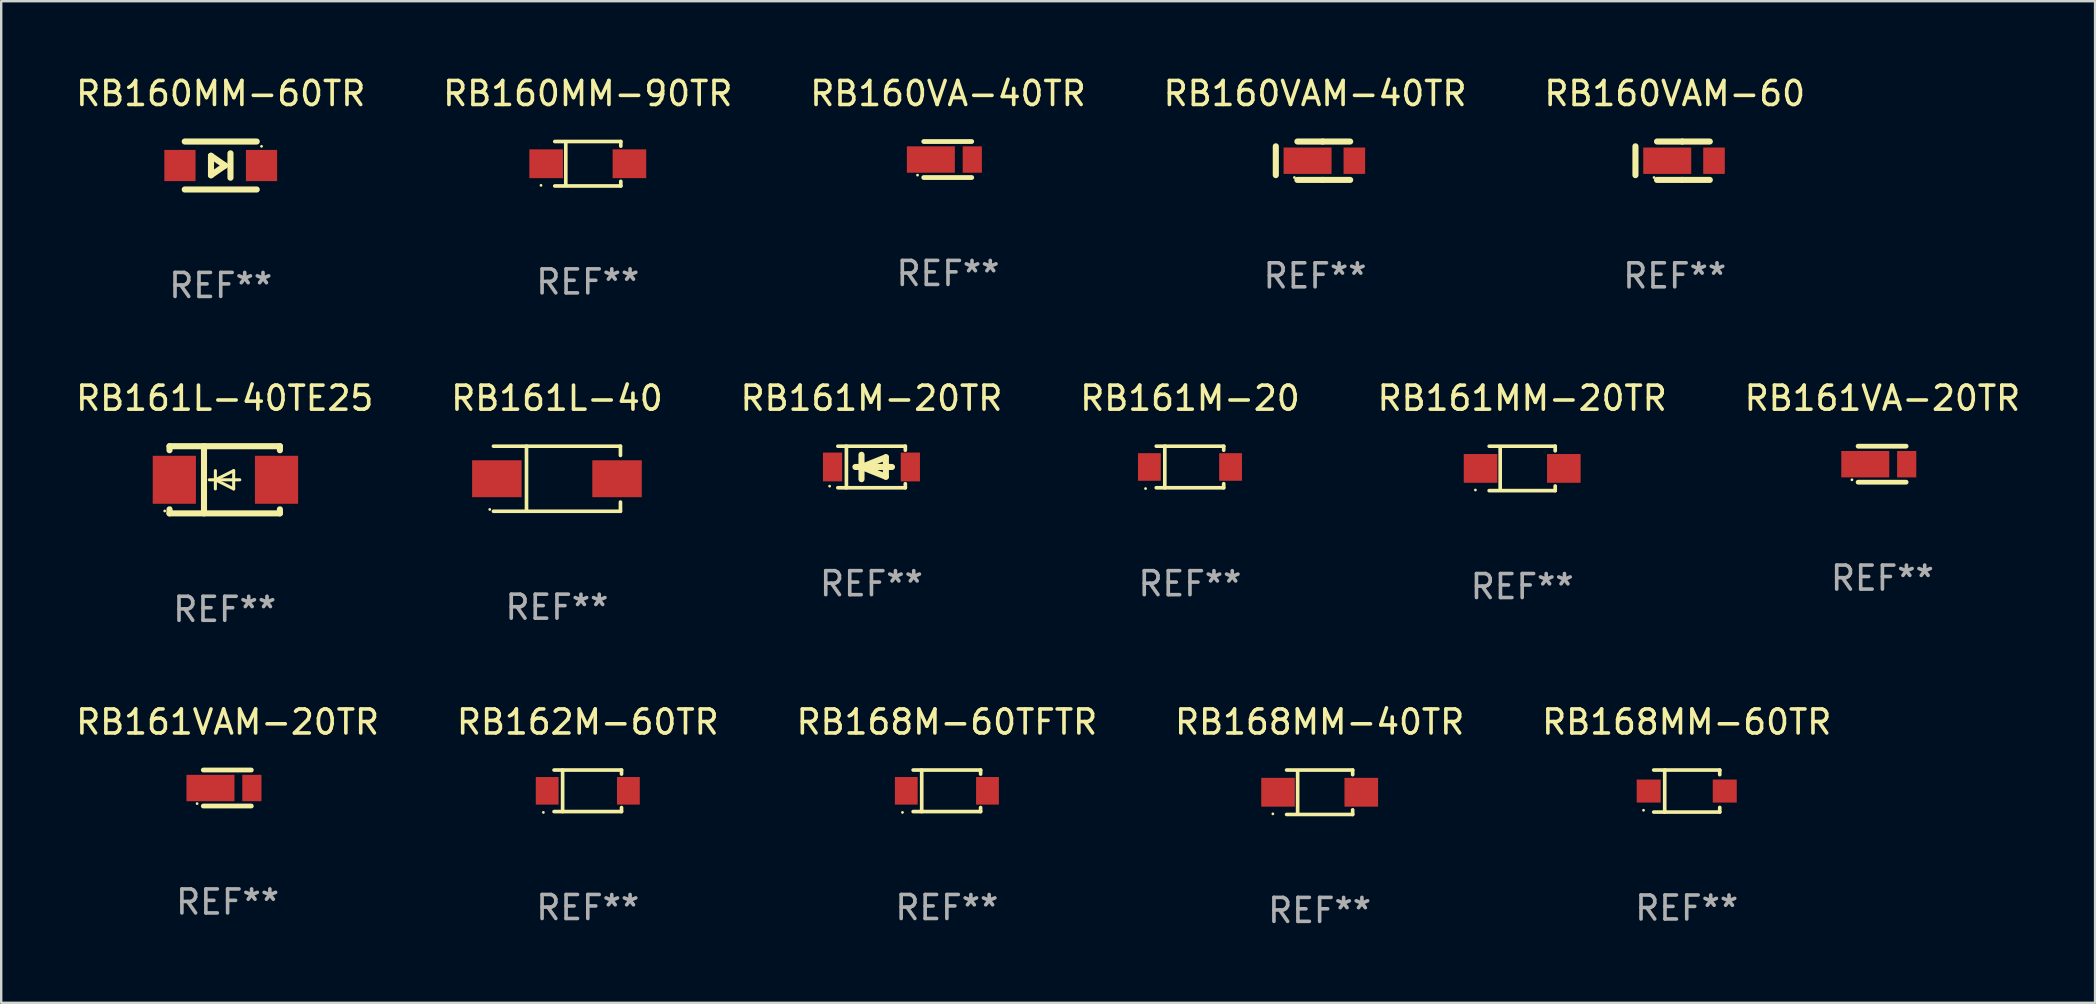
<source format=kicad_pcb>
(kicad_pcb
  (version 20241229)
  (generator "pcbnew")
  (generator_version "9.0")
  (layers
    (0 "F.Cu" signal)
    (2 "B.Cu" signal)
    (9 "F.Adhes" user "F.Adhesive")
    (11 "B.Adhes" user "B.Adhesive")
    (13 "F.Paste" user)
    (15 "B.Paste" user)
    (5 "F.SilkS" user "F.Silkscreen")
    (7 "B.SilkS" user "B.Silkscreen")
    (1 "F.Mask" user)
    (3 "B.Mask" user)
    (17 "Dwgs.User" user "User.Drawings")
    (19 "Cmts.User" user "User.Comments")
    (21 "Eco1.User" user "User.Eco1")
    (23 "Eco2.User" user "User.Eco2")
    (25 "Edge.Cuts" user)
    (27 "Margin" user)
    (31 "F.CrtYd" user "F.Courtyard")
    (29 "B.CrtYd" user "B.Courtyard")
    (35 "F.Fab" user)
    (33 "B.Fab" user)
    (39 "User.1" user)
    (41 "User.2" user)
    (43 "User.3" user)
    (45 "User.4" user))
  (footprint "RB160VAM-40TR"
    (layer "F.Cu")
    (at 51.756 3.648)
    (property "Reference" "RB160VAM-40TR" (at 0 -2.8 0) (layer "F.SilkS") (effects (font (size 1 1) (thickness 0.15))))
    (attr through_hole)
    (fp_line (start -1.637 -0.6) (end -1.637 0.6) (stroke (width 0.254) (type solid)) (layer "F.SilkS"))
    (fp_line (start -0.738 -0.8) (end 0.314 -0.8) (stroke (width 0.254) (type solid)) (layer "F.SilkS"))
    (fp_line (start -0.738 0.8) (end 0.314 0.8) (stroke (width 0.254) (type solid)) (layer "F.SilkS"))
    (fp_line (start 0.314 0.8) (end 1.462 0.8) (stroke (width 0.254) (type solid)) (layer "F.SilkS"))
    (fp_line (start 0.314 -0.8) (end 1.462 -0.8) (stroke (width 0.254) (type solid)) (layer "F.SilkS"))
    (fp_circle (center -0.862 0.7) (end -0.832 0.7) (stroke (width 0.06) (type solid)) (fill no) (layer "F.SilkS"))
    (fp_text user "REF**" (at 0 4.8 0) (layer "F.Fab") (effects (font (size 1 1) (thickness 0.15))))
    (pad "1" smd rect (at -0.313 -0.000064) (size 2 1.1) (layers "F.Cu" "F.Mask" "F.Paste"))
    (pad "2" smd rect (at 1.637 -0.000064) (size 0.9 1.1) (layers "F.Cu" "F.Mask" "F.Paste")))
  (footprint "RB168M-60TFTR"
    (layer "F.Cu")
    (at 36.411 29.907)
    (property "Reference" "RB168M-60TFTR" (at 0 -2.866 0) (layer "F.SilkS") (effects (font (size 1 1) (thickness 0.15))))
    (attr through_hole)
    (fp_line (start -1.406 -0.866) (end 1.406 -0.866) (stroke (width 0.152) (type solid)) (layer "F.SilkS"))
    (fp_line (start -1.406 0.866) (end 1.406 0.866) (stroke (width 0.152) (type solid)) (layer "F.SilkS"))
    (fp_line (start -1.049 -0.866) (end -1.049 0.866) (stroke (width 0.152) (type solid)) (layer "F.SilkS"))
    (fp_line (start 1.406 -0.866) (end 1.406 -0.698) (stroke (width 0.152) (type solid)) (layer "F.SilkS"))
    (fp_line (start 1.406 0.866) (end 1.406 0.698) (stroke (width 0.152) (type solid)) (layer "F.SilkS"))
    (fp_circle (center -1.851 0.9) (end -1.821 0.9) (stroke (width 0.06) (type solid)) (fill no) (layer "F.SilkS"))
    (fp_text user "REF**" (at 0 4.866 0) (layer "F.Fab") (effects (font (size 1 1) (thickness 0.15))))
    (pad "1" smd rect (at -1.692 0) (size 0.95 1.15) (layers "F.Cu" "F.Mask" "F.Paste"))
    (pad "2" smd rect (at 1.692 0) (size 0.95 1.15) (layers "F.Cu" "F.Mask" "F.Paste")))
  (footprint "RB160VA-40TR"
    (layer "F.Cu")
    (at 36.458 3.598)
    (property "Reference" "RB160VA-40TR" (at 0 -2.75 0) (layer "F.SilkS") (effects (font (size 1 1) (thickness 0.15))))
    (attr through_hole)
    (fp_line (start 0.988 -0.75) (end -1.012 -0.75) (stroke (width 0.2) (type solid)) (layer "F.SilkS"))
    (fp_line (start 0.988 0.75) (end -1.012 0.75) (stroke (width 0.2) (type solid)) (layer "F.SilkS"))
    (fp_circle (center -1.27 0.65) (end -1.24 0.65) (stroke (width 0.06) (type solid)) (fill no) (layer "F.SilkS"))
    (fp_text user "REF**" (at 0 4.75 0) (layer "F.Fab") (effects (font (size 1 1) (thickness 0.15))))
    (pad "1" smd rect (at -0.714 0.000203) (size 2 1.1) (layers "F.Cu" "F.Mask" "F.Paste"))
    (pad "2" smd rect (at 1.012 0.000203) (size 0.8 1.1) (layers "F.Cu" "F.Mask" "F.Paste")))
  (footprint "RB161L-40TE25"
    (layer "F.Cu")
    (at 6.315 16.945)
    (property "Reference" "RB161L-40TE25" (at 0 -3.4 0) (layer "F.SilkS") (effects (font (size 1 1) (thickness 0.15))))
    (attr through_hole)
    (fp_line (start -2.3 -1.4) (end -2.3 -1.231) (stroke (width 0.254) (type solid)) (layer "F.SilkS"))
    (fp_line (start -2.3 -1.4) (end 2.3 -1.4) (stroke (width 0.254) (type solid)) (layer "F.SilkS"))
    (fp_line (start -2.3 1.231) (end -2.3 1.4) (stroke (width 0.254) (type solid)) (layer "F.SilkS"))
    (fp_line (start -2.3 1.4) (end 2.3 1.4) (stroke (width 0.254) (type solid)) (layer "F.SilkS"))
    (fp_line (start -0.864 1.4) (end -0.864 -1.4) (stroke (width 0.254) (type solid)) (layer "F.SilkS"))
    (fp_line (start -0.389 0) (end -0.389 -0.381) (stroke (width 0.127) (type solid)) (layer "F.SilkS"))
    (fp_line (start -0.389 0) (end -0.389 0.381) (stroke (width 0.127) (type solid)) (layer "F.SilkS"))
    (fp_line (start 0.373 -0.381) (end -0.389 0) (stroke (width 0.127) (type solid)) (layer "F.SilkS"))
    (fp_line (start 0.373 0) (end 0.373 -0.381) (stroke (width 0.127) (type solid)) (layer "F.SilkS"))
    (fp_line (start 0.373 0) (end 0.373 0.381) (stroke (width 0.127) (type solid)) (layer "F.SilkS"))
    (fp_line (start 0.373 0.381) (end -0.389 0) (stroke (width 0.127) (type solid)) (layer "F.SilkS"))
    (fp_line (start 0.627 0) (end -0.643 0) (stroke (width 0.127) (type solid)) (layer "F.SilkS"))
    (fp_line (start 2.3 -1.4) (end 2.3 -1.231) (stroke (width 0.254) (type solid)) (layer "F.SilkS"))
    (fp_line (start 2.3 1.231) (end 2.3 1.4) (stroke (width 0.254) (type solid)) (layer "F.SilkS"))
    (fp_circle (center -2.5 1.3) (end -2.47 1.3) (stroke (width 0.06) (type solid)) (fill no) (layer "F.SilkS"))
    (fp_text user "REF**" (at 0 5.4 0) (layer "F.Fab") (effects (font (size 1 1) (thickness 0.15))))
    (pad "1" smd rect (at -2.1 0 180) (size 1.8 2) (layers "F.Cu" "F.Mask" "F.Paste"))
    (pad "2" smd rect (at 2.159 0 180) (size 1.8 2) (layers "F.Cu" "F.Mask" "F.Paste")))
  (footprint "RB161M-20"
    (layer "F.Cu")
    (at 46.542 16.411)
    (property "Reference" "RB161M-20" (at 0 -2.866 0) (layer "F.SilkS") (effects (font (size 1 1) (thickness 0.15))))
    (attr through_hole)
    (fp_line (start -1.406 -0.866) (end 1.406 -0.866) (stroke (width 0.152) (type solid)) (layer "F.SilkS"))
    (fp_line (start -1.406 0.866) (end 1.406 0.866) (stroke (width 0.152) (type solid)) (layer "F.SilkS"))
    (fp_line (start -1.049 -0.866) (end -1.049 0.866) (stroke (width 0.152) (type solid)) (layer "F.SilkS"))
    (fp_line (start 1.406 -0.866) (end 1.406 -0.698) (stroke (width 0.152) (type solid)) (layer "F.SilkS"))
    (fp_line (start 1.406 0.866) (end 1.406 0.698) (stroke (width 0.152) (type solid)) (layer "F.SilkS"))
    (fp_circle (center -1.851 0.9) (end -1.821 0.9) (stroke (width 0.06) (type solid)) (fill no) (layer "F.SilkS"))
    (fp_text user "REF**" (at 0 4.866 0) (layer "F.Fab") (effects (font (size 1 1) (thickness 0.15))))
    (pad "1" smd rect (at -1.692 0) (size 0.95 1.15) (layers "F.Cu" "F.Mask" "F.Paste"))
    (pad "2" smd rect (at 1.692 0) (size 0.95 1.15) (layers "F.Cu" "F.Mask" "F.Paste")))
  (footprint "RB162M-60TR"
    (layer "F.Cu")
    (at 21.446 29.907)
    (property "Reference" "RB162M-60TR" (at 0 -2.866 0) (layer "F.SilkS") (effects (font (size 1 1) (thickness 0.15))))
    (attr through_hole)
    (fp_line (start -1.406 -0.866) (end 1.406 -0.866) (stroke (width 0.152) (type solid)) (layer "F.SilkS"))
    (fp_line (start -1.406 0.866) (end 1.406 0.866) (stroke (width 0.152) (type solid)) (layer "F.SilkS"))
    (fp_line (start -1.049 -0.866) (end -1.049 0.866) (stroke (width 0.152) (type solid)) (layer "F.SilkS"))
    (fp_line (start 1.406 -0.866) (end 1.406 -0.698) (stroke (width 0.152) (type solid)) (layer "F.SilkS"))
    (fp_line (start 1.406 0.866) (end 1.406 0.698) (stroke (width 0.152) (type solid)) (layer "F.SilkS"))
    (fp_circle (center -1.851 0.9) (end -1.821 0.9) (stroke (width 0.06) (type solid)) (fill no) (layer "F.SilkS"))
    (fp_text user "REF**" (at 0 4.866 0) (layer "F.Fab") (effects (font (size 1 1) (thickness 0.15))))
    (pad "1" smd rect (at -1.692 0) (size 0.95 1.15) (layers "F.Cu" "F.Mask" "F.Paste"))
    (pad "2" smd rect (at 1.692 0) (size 0.95 1.15) (layers "F.Cu" "F.Mask" "F.Paste")))
  (footprint "RB168MM-40TR"
    (layer "F.Cu")
    (at 51.946 29.967)
    (property "Reference" "RB168MM-40TR" (at 0 -2.926 0) (layer "F.SilkS") (effects (font (size 1 1) (thickness 0.15))))
    (attr through_hole)
    (fp_line (start -1.376 -0.926) (end 1.376 -0.926) (stroke (width 0.152) (type solid)) (layer "F.SilkS"))
    (fp_line (start -1.376 0.926) (end 1.376 0.926) (stroke (width 0.152) (type solid)) (layer "F.SilkS"))
    (fp_line (start -0.917 -0.876) (end -0.917 0.876) (stroke (width 0.152) (type solid)) (layer "F.SilkS"))
    (fp_line (start 1.376 -0.926) (end 1.376 -0.733) (stroke (width 0.152) (type solid)) (layer "F.SilkS"))
    (fp_line (start 1.376 0.926) (end 1.376 0.733) (stroke (width 0.152) (type solid)) (layer "F.SilkS"))
    (fp_circle (center -1.95 0.9) (end -1.92 0.9) (stroke (width 0.06) (type solid)) (fill no) (layer "F.SilkS"))
    (fp_text user "REF**" (at 0 4.926 0) (layer "F.Fab") (effects (font (size 1 1) (thickness 0.15))))
    (pad "1" smd rect (at -1.735 0) (size 1.4 1.2) (layers "F.Cu" "F.Mask" "F.Paste"))
    (pad "2" smd rect (at 1.735 0) (size 1.4 1.2) (layers "F.Cu" "F.Mask" "F.Paste")))
  (footprint "RB161M-20TR"
    (layer "F.Cu")
    (at 33.268 16.411)
    (property "Reference" "RB161M-20TR" (at 0 -2.866 0) (layer "F.SilkS") (effects (font (size 1 1) (thickness 0.15))))
    (attr through_hole)
    (fp_line (start -1.401 -0.866) (end 1.411 -0.866) (stroke (width 0.152) (type solid)) (layer "F.SilkS"))
    (fp_line (start -1.401 0.866) (end 1.411 0.866) (stroke (width 0.152) (type solid)) (layer "F.SilkS"))
    (fp_line (start -1.044 -0.866) (end -1.044 0.866) (stroke (width 0.152) (type solid)) (layer "F.SilkS"))
    (fp_line (start -0.669 0) (end 0.855 0) (stroke (width 0.254) (type solid)) (layer "F.SilkS"))
    (fp_line (start -0.415 -0.508) (end -0.415 0.508) (stroke (width 0.254) (type solid)) (layer "F.SilkS"))
    (fp_line (start -0.415 0) (end 0.601 -0.406) (stroke (width 0.254) (type solid)) (layer "F.SilkS"))
    (fp_line (start 0.601 -0.406) (end 0.601 0.406) (stroke (width 0.254) (type solid)) (layer "F.SilkS"))
    (fp_line (start 0.601 0.406) (end -0.415 0) (stroke (width 0.254) (type solid)) (layer "F.SilkS"))
    (fp_line (start 1.411 -0.866) (end 1.411 -0.698) (stroke (width 0.152) (type solid)) (layer "F.SilkS"))
    (fp_line (start 1.411 0.866) (end 1.411 0.698) (stroke (width 0.152) (type solid)) (layer "F.SilkS"))
    (fp_circle (center -1.743 0.8) (end -1.713 0.8) (stroke (width 0.06) (type solid)) (fill no) (layer "F.SilkS"))
    (fp_text user "REF**" (at 0 4.866 0) (layer "F.Fab") (effects (font (size 1 1) (thickness 0.15))))
    (pad "1" smd rect (at -1.621 0.000127) (size 0.8 1.2) (layers "F.Cu" "F.Mask" "F.Paste"))
    (pad "2" smd rect (at 1.621 0.000127) (size 0.8 1.2) (layers "F.Cu" "F.Mask" "F.Paste")))
  (footprint "RB168MM-60TR"
    (layer "F.Cu")
    (at 67.244 29.917)
    (property "Reference" "RB168MM-60TR" (at 0 -2.876 0) (layer "F.SilkS") (effects (font (size 1 1) (thickness 0.15))))
    (attr through_hole)
    (fp_line (start -1.376 -0.876) (end 1.376 -0.876) (stroke (width 0.152) (type solid)) (layer "F.SilkS"))
    (fp_line (start -1.376 0.876) (end 1.376 0.876) (stroke (width 0.152) (type solid)) (layer "F.SilkS"))
    (fp_line (start -0.917 -0.876) (end -0.917 0.876) (stroke (width 0.152) (type solid)) (layer "F.SilkS"))
    (fp_line (start 1.376 -0.876) (end 1.376 -0.683) (stroke (width 0.152) (type solid)) (layer "F.SilkS"))
    (fp_line (start 1.376 0.876) (end 1.376 0.683) (stroke (width 0.152) (type solid)) (layer "F.SilkS"))
    (fp_circle (center -1.8 0.8) (end -1.77 0.8) (stroke (width 0.06) (type solid)) (fill no) (layer "F.SilkS"))
    (fp_text user "REF**" (at 0 4.876 0) (layer "F.Fab") (effects (font (size 1 1) (thickness 0.15))))
    (pad "1" smd rect (at -1.585 0) (size 1 0.96) (layers "F.Cu" "F.Mask" "F.Paste"))
    (pad "2" smd rect (at 1.585 0) (size 1 0.96) (layers "F.Cu" "F.Mask" "F.Paste")))
  (footprint "RB160VAM-60"
    (layer "F.Cu")
    (at 66.744 3.648)
    (property "Reference" "RB160VAM-60" (at 0 -2.8 0) (layer "F.SilkS") (effects (font (size 1 1) (thickness 0.15))))
    (attr through_hole)
    (fp_line (start -1.637 -0.6) (end -1.637 0.6) (stroke (width 0.254) (type solid)) (layer "F.SilkS"))
    (fp_line (start -0.738 -0.8) (end 0.314 -0.8) (stroke (width 0.254) (type solid)) (layer "F.SilkS"))
    (fp_line (start -0.738 0.8) (end 0.314 0.8) (stroke (width 0.254) (type solid)) (layer "F.SilkS"))
    (fp_line (start 0.314 0.8) (end 1.462 0.8) (stroke (width 0.254) (type solid)) (layer "F.SilkS"))
    (fp_line (start 0.314 -0.8) (end 1.462 -0.8) (stroke (width 0.254) (type solid)) (layer "F.SilkS"))
    (fp_circle (center -0.862 0.7) (end -0.832 0.7) (stroke (width 0.06) (type solid)) (fill no) (layer "F.SilkS"))
    (fp_text user "REF**" (at 0 4.8 0) (layer "F.Fab") (effects (font (size 1 1) (thickness 0.15))))
    (pad "1" smd rect (at -0.313 -0.000064) (size 2 1.1) (layers "F.Cu" "F.Mask" "F.Paste"))
    (pad "2" smd rect (at 1.637 -0.000064) (size 0.9 1.1) (layers "F.Cu" "F.Mask" "F.Paste")))
  (footprint "RB161L-40"
    (layer "F.Cu")
    (at 20.161 16.901)
    (property "Reference" "RB161L-40" (at 0 -3.356 0) (layer "F.SilkS") (effects (font (size 1 1) (thickness 0.15))))
    (attr through_hole)
    (fp_line (start -2.646 -1.356) (end 2.646 -1.356) (stroke (width 0.152) (type solid)) (layer "F.SilkS"))
    (fp_line (start -2.646 1.356) (end 2.646 1.356) (stroke (width 0.152) (type solid)) (layer "F.SilkS"))
    (fp_line (start -1.269 -1.356) (end -1.269 1.356) (stroke (width 0.152) (type solid)) (layer "F.SilkS"))
    (fp_line (start 2.646 -1.356) (end 2.646 -0.973) (stroke (width 0.152) (type solid)) (layer "F.SilkS"))
    (fp_line (start 2.646 1.356) (end 2.646 0.973) (stroke (width 0.152) (type solid)) (layer "F.SilkS"))
    (fp_circle (center -2.8 1.28) (end -2.77 1.28) (stroke (width 0.06) (type solid)) (fill no) (layer "F.SilkS"))
    (fp_text user "REF**" (at 0 5.356 0) (layer "F.Fab") (effects (font (size 1 1) (thickness 0.15))))
    (pad "1" smd rect (at 2.504 0) (size 2.063 1.539) (layers "F.Cu" "F.Mask" "F.Paste"))
    (pad "2" smd rect (at -2.504 0) (size 2.063 1.539) (layers "F.Cu" "F.Mask" "F.Paste")))
  (footprint "RB160MM-90TR"
    (layer "F.Cu")
    (at 21.446 3.774)
    (property "Reference" "RB160MM-90TR" (at 0 -2.926 0) (layer "F.SilkS") (effects (font (size 1 1) (thickness 0.15))))
    (attr through_hole)
    (fp_line (start -1.376 -0.926) (end 1.376 -0.926) (stroke (width 0.152) (type solid)) (layer "F.SilkS"))
    (fp_line (start -1.376 0.926) (end 1.376 0.926) (stroke (width 0.152) (type solid)) (layer "F.SilkS"))
    (fp_line (start -0.917 -0.876) (end -0.917 0.876) (stroke (width 0.152) (type solid)) (layer "F.SilkS"))
    (fp_line (start 1.376 -0.926) (end 1.376 -0.733) (stroke (width 0.152) (type solid)) (layer "F.SilkS"))
    (fp_line (start 1.376 0.926) (end 1.376 0.733) (stroke (width 0.152) (type solid)) (layer "F.SilkS"))
    (fp_circle (center -1.95 0.9) (end -1.92 0.9) (stroke (width 0.06) (type solid)) (fill no) (layer "F.SilkS"))
    (fp_text user "REF**" (at 0 4.926 0) (layer "F.Fab") (effects (font (size 1 1) (thickness 0.15))))
    (pad "1" smd rect (at -1.735 0) (size 1.4 1.2) (layers "F.Cu" "F.Mask" "F.Paste"))
    (pad "2" smd rect (at 1.735 0) (size 1.4 1.2) (layers "F.Cu" "F.Mask" "F.Paste")))
  (footprint "RB161VA-20TR"
    (layer "F.Cu")
    (at 75.399 16.295)
    (property "Reference" "RB161VA-20TR" (at 0 -2.75 0) (layer "F.SilkS") (effects (font (size 1 1) (thickness 0.15))))
    (attr through_hole)
    (fp_line (start 0.988 -0.75) (end -1.012 -0.75) (stroke (width 0.2) (type solid)) (layer "F.SilkS"))
    (fp_line (start 0.988 0.75) (end -1.012 0.75) (stroke (width 0.2) (type solid)) (layer "F.SilkS"))
    (fp_circle (center -1.27 0.65) (end -1.24 0.65) (stroke (width 0.06) (type solid)) (fill no) (layer "F.SilkS"))
    (fp_text user "REF**" (at 0 4.75 0) (layer "F.Fab") (effects (font (size 1 1) (thickness 0.15))))
    (pad "1" smd rect (at -0.714 0.000203) (size 2 1.1) (layers "F.Cu" "F.Mask" "F.Paste"))
    (pad "2" smd rect (at 1.012 0.000203) (size 0.8 1.1) (layers "F.Cu" "F.Mask" "F.Paste")))
  (footprint "RB161MM-20TR"
    (layer "F.Cu")
    (at 60.387 16.471)
    (property "Reference" "RB161MM-20TR" (at 0 -2.926 0) (layer "F.SilkS") (effects (font (size 1 1) (thickness 0.15))))
    (attr through_hole)
    (fp_line (start -1.376 -0.926) (end 1.376 -0.926) (stroke (width 0.152) (type solid)) (layer "F.SilkS"))
    (fp_line (start -1.376 0.926) (end 1.376 0.926) (stroke (width 0.152) (type solid)) (layer "F.SilkS"))
    (fp_line (start -0.917 -0.876) (end -0.917 0.876) (stroke (width 0.152) (type solid)) (layer "F.SilkS"))
    (fp_line (start 1.376 -0.926) (end 1.376 -0.733) (stroke (width 0.152) (type solid)) (layer "F.SilkS"))
    (fp_line (start 1.376 0.926) (end 1.376 0.733) (stroke (width 0.152) (type solid)) (layer "F.SilkS"))
    (fp_circle (center -1.95 0.9) (end -1.92 0.9) (stroke (width 0.06) (type solid)) (fill no) (layer "F.SilkS"))
    (fp_text user "REF**" (at 0 4.926 0) (layer "F.Fab") (effects (font (size 1 1) (thickness 0.15))))
    (pad "1" smd rect (at -1.735 0) (size 1.4 1.2) (layers "F.Cu" "F.Mask" "F.Paste"))
    (pad "2" smd rect (at 1.735 0) (size 1.4 1.2) (layers "F.Cu" "F.Mask" "F.Paste")))
  (footprint "RB160MM-60TR"
    (layer "F.Cu")
    (at 6.149 3.848)
    (property "Reference" "RB160MM-60TR" (at 0 -3 0) (layer "F.SilkS") (effects (font (size 1 1) (thickness 0.15))))
    (attr through_hole)
    (fp_line (start -1.5 -1) (end 1.5 -1) (stroke (width 0.254) (type solid)) (layer "F.SilkS"))
    (fp_line (start -0.406 -0.406) (end 0.178 0) (stroke (width 0.254) (type solid)) (layer "F.SilkS"))
    (fp_line (start -0.406 0.406) (end -0.406 -0.406) (stroke (width 0.254) (type solid)) (layer "F.SilkS"))
    (fp_line (start 0.178 0) (end -0.406 0.406) (stroke (width 0.254) (type solid)) (layer "F.SilkS"))
    (fp_line (start 0.406 0.508) (end 0.406 -0.508) (stroke (width 0.254) (type solid)) (layer "F.SilkS"))
    (fp_line (start 1.5 1) (end -1.5 1) (stroke (width 0.254) (type solid)) (layer "F.SilkS"))
    (fp_circle (center 1.7 -0.8) (end 1.73 -0.8) (stroke (width 0.06) (type solid)) (fill no) (layer "F.SilkS"))
    (fp_text user "REF**" (at 0 5 0) (layer "F.Fab") (effects (font (size 1 1) (thickness 0.15))))
    (pad "1" smd rect (at 1.7 0 180) (size 1.3 1.3) (layers "F.Cu" "F.Mask" "F.Paste"))
    (pad "2" smd rect (at -1.7 0 180) (size 1.3 1.3) (layers "F.Cu" "F.Mask" "F.Paste")))
  (footprint "RB161VAM-20TR"
    (layer "F.Cu")
    (at 6.435 29.791)
    (property "Reference" "RB161VAM-20TR" (at 0 -2.75 0) (layer "F.SilkS") (effects (font (size 1 1) (thickness 0.15))))
    (attr through_hole)
    (fp_line (start 0.988 -0.75) (end -1.012 -0.75) (stroke (width 0.2) (type solid)) (layer "F.SilkS"))
    (fp_line (start 0.988 0.75) (end -1.012 0.75) (stroke (width 0.2) (type solid)) (layer "F.SilkS"))
    (fp_circle (center -1.27 0.65) (end -1.24 0.65) (stroke (width 0.06) (type solid)) (fill no) (layer "F.SilkS"))
    (fp_text user "REF**" (at 0 4.75 0) (layer "F.Fab") (effects (font (size 1 1) (thickness 0.15))))
    (pad "1" smd rect (at -0.714 0.000203) (size 2 1.1) (layers "F.Cu" "F.Mask" "F.Paste"))
    (pad "2" smd rect (at 1.012 0.000203) (size 0.8 1.1) (layers "F.Cu" "F.Mask" "F.Paste")))
  (gr_rect
    (start -3 -3)
    (end 84.262 38.742)
    (stroke (width 0.1) (type default))
    (fill no)
    (layer "Edge.Cuts")))
</source>
